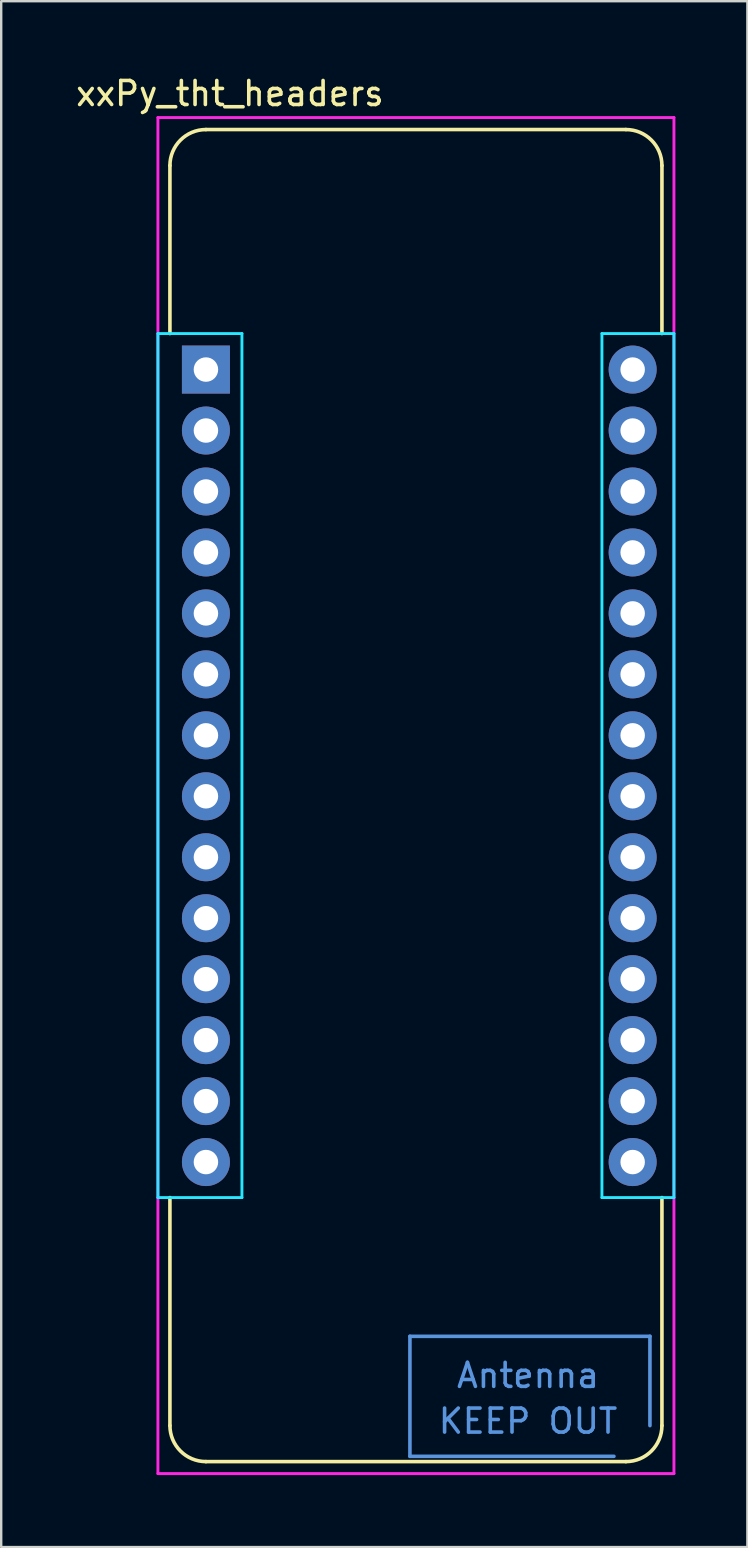
<source format=kicad_pcb>
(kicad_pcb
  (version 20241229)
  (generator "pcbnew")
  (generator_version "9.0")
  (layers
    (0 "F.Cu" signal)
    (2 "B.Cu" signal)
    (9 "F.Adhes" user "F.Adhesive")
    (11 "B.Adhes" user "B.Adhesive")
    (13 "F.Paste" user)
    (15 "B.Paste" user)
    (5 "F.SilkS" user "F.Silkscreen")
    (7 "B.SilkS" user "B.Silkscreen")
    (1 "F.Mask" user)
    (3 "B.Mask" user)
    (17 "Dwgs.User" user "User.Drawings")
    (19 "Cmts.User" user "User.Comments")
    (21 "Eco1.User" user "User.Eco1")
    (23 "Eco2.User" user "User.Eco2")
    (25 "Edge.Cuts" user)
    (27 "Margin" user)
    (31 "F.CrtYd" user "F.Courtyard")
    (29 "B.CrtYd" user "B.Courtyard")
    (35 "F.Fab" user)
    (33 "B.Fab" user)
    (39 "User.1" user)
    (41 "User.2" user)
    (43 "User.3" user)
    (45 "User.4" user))
  (footprint "xxPy_tht_headers"
    (layer "F.Cu")
    (at 15.03 31.848)
    (property "Reference" "xxPy_tht_headers" (at -8.5 -31 0) (layer "F.SilkS") (effects (font (size 1 1) (thickness 0.15))))
    (attr through_hole)
    (fp_line (start -11 -28) (end -11 -21) (stroke (width 0.15) (type solid)) (layer "F.SilkS"))
    (fp_line (start -11 24.5) (end -11 15) (stroke (width 0.15) (type solid)) (layer "F.SilkS"))
    (fp_line (start -9.5 -29.5) (end 8 -29.5) (stroke (width 0.15) (type solid)) (layer "F.SilkS"))
    (fp_line (start 8 26) (end -9.5 26) (stroke (width 0.15) (type solid)) (layer "F.SilkS"))
    (fp_line (start 9.5 -28) (end 9.5 -21) (stroke (width 0.15) (type solid)) (layer "F.SilkS"))
    (fp_line (start 9.5 15) (end 9.5 24.5) (stroke (width 0.15) (type solid)) (layer "F.SilkS"))
    (fp_arc (start -11 -28) (mid -10.56066 -29.06066) (end -9.5 -29.5) (stroke (width 0.15) (type solid)) (layer "F.SilkS"))
    (fp_arc (start -9.5 26) (mid -10.56066 25.56066) (end -11 24.5) (stroke (width 0.15) (type solid)) (layer "F.SilkS"))
    (fp_arc (start 8 -29.5) (mid 9.06066 -29.06066) (end 9.5 -28) (stroke (width 0.15) (type solid)) (layer "F.SilkS"))
    (fp_arc (start 9.5 24.5) (mid 9.06066 25.56066) (end 8 26) (stroke (width 0.15) (type solid)) (layer "F.SilkS"))
    (fp_line (start -1 20.78) (end -1 25.78) (stroke (width 0.15) (type solid)) (layer "Cmts.User"))
    (fp_line (start -1 25.78) (end 7.5 25.78) (stroke (width 0.15) (type solid)) (layer "Cmts.User"))
    (fp_line (start 9 20.78) (end -1 20.78) (stroke (width 0.15) (type solid)) (layer "Cmts.User"))
    (fp_line (start 9 24.5) (end 9 20.78) (stroke (width 0.15) (type solid)) (layer "Cmts.User"))
    (fp_line (start -11.5 -21) (end -8 -21) (stroke (width 0.12) (type solid)) (layer "B.CrtYd"))
    (fp_line (start -11.5 15) (end -11.5 -21) (stroke (width 0.12) (type solid)) (layer "B.CrtYd"))
    (fp_line (start -8 -21) (end -8 15) (stroke (width 0.12) (type solid)) (layer "B.CrtYd"))
    (fp_line (start -8 15) (end -11.5 15) (stroke (width 0.12) (type solid)) (layer "B.CrtYd"))
    (fp_line (start 7 -21) (end 10 -21) (stroke (width 0.12) (type solid)) (layer "B.CrtYd"))
    (fp_line (start 7 15) (end 7 -21) (stroke (width 0.12) (type solid)) (layer "B.CrtYd"))
    (fp_line (start 10 -21) (end 10 15) (stroke (width 0.12) (type solid)) (layer "B.CrtYd"))
    (fp_line (start 10 15) (end 7 15) (stroke (width 0.12) (type solid)) (layer "B.CrtYd"))
    (fp_line (start -11.5 -30) (end 10 -30) (stroke (width 0.12) (type solid)) (layer "F.CrtYd"))
    (fp_line (start -11.5 26.5) (end -11.5 -30) (stroke (width 0.12) (type solid)) (layer "F.CrtYd"))
    (fp_line (start 10 -30) (end 10 26.5) (stroke (width 0.12) (type solid)) (layer "F.CrtYd"))
    (fp_line (start 10 26.5) (end -11.5 26.5) (stroke (width 0.12) (type solid)) (layer "F.CrtYd"))
    (fp_text user "Antenna" (at 3.92 22.41 0) (layer "Cmts.User") (effects (font (size 1 1) (thickness 0.15))))
    (fp_text user "KEEP OUT" (at 3.92 24.315 0) (layer "Cmts.User") (effects (font (size 1 1) (thickness 0.15))))
    (pad "1" thru_hole rect (at -9.5 -19.5 270) (size 2 2) (drill 1.02) (layers "*.Cu" "*.Mask"))
    (pad "2" thru_hole circle (at -9.5 -16.96 270) (size 2 2) (drill 1.02) (layers "*.Cu" "*.Mask"))
    (pad "3" thru_hole circle (at -9.5 -14.42 270) (size 2 2) (drill 1.02) (layers "*.Cu" "*.Mask"))
    (pad "4" thru_hole circle (at -9.5 -11.88 270) (size 2 2) (drill 1.02) (layers "*.Cu" "*.Mask"))
    (pad "5" thru_hole circle (at -9.5 -9.34 270) (size 2 2) (drill 1.02) (layers "*.Cu" "*.Mask"))
    (pad "6" thru_hole circle (at -9.5 -6.8 270) (size 2 2) (drill 1.02) (layers "*.Cu" "*.Mask"))
    (pad "7" thru_hole circle (at -9.5 -4.26 270) (size 2 2) (drill 1.02) (layers "*.Cu" "*.Mask"))
    (pad "8" thru_hole circle (at -9.5 -1.72 270) (size 2 2) (drill 1.02) (layers "*.Cu" "*.Mask"))
    (pad "9" thru_hole circle (at -9.5 0.82 270) (size 2 2) (drill 1.02) (layers "*.Cu" "*.Mask"))
    (pad "10" thru_hole circle (at -9.5 3.36 270) (size 2 2) (drill 1.02) (layers "*.Cu" "*.Mask"))
    (pad "11" thru_hole circle (at -9.5 5.9 270) (size 2 2) (drill 1.02) (layers "*.Cu" "*.Mask"))
    (pad "12" thru_hole circle (at -9.5 8.44 270) (size 2 2) (drill 1.02) (layers "*.Cu" "*.Mask"))
    (pad "13" thru_hole circle (at -9.5 10.98 270) (size 2 2) (drill 1.02) (layers "*.Cu" "*.Mask"))
    (pad "14" thru_hole circle (at -9.5 13.52 270) (size 2 2) (drill 1.02) (layers "*.Cu" "*.Mask"))
    (pad "15" thru_hole circle (at 8.28 13.52 270) (size 2 2) (drill 1.02) (layers "*.Cu" "*.Mask"))
    (pad "16" thru_hole circle (at 8.28 10.98 270) (size 2 2) (drill 1.02) (layers "*.Cu" "*.Mask"))
    (pad "17" thru_hole circle (at 8.28 8.44 270) (size 2 2) (drill 1.02) (layers "*.Cu" "*.Mask"))
    (pad "18" thru_hole circle (at 8.28 5.9 270) (size 2 2) (drill 1.02) (layers "*.Cu" "*.Mask"))
    (pad "19" thru_hole circle (at 8.28 3.36 270) (size 2 2) (drill 1.02) (layers "*.Cu" "*.Mask"))
    (pad "20" thru_hole circle (at 8.28 0.82 270) (size 2 2) (drill 1.02) (layers "*.Cu" "*.Mask"))
    (pad "21" thru_hole circle (at 8.28 -1.72 270) (size 2 2) (drill 1.02) (layers "*.Cu" "*.Mask"))
    (pad "22" thru_hole circle (at 8.28 -4.26 270) (size 2 2) (drill 1.02) (layers "*.Cu" "*.Mask"))
    (pad "23" thru_hole circle (at 8.28 -6.8 270) (size 2 2) (drill 1.02) (layers "*.Cu" "*.Mask"))
    (pad "24" thru_hole circle (at 8.28 -9.34 270) (size 2 2) (drill 1.02) (layers "*.Cu" "*.Mask"))
    (pad "25" thru_hole circle (at 8.28 -11.88 270) (size 2 2) (drill 1.02) (layers "*.Cu" "*.Mask"))
    (pad "26" thru_hole circle (at 8.28 -14.42 270) (size 2 2) (drill 1.02) (layers "*.Cu" "*.Mask"))
    (pad "27" thru_hole circle (at 8.28 -16.96 270) (size 2 2) (drill 1.02) (layers "*.Cu" "*.Mask"))
    (pad "28" thru_hole circle (at 8.28 -19.5 270) (size 2 2) (drill 1.02) (layers "*.Cu" "*.Mask")))
  (gr_rect
    (start -3 -3)
    (end 28.09 61.408)
    (stroke (width 0.1) (type default))
    (fill no)
    (layer "Edge.Cuts")))
</source>
